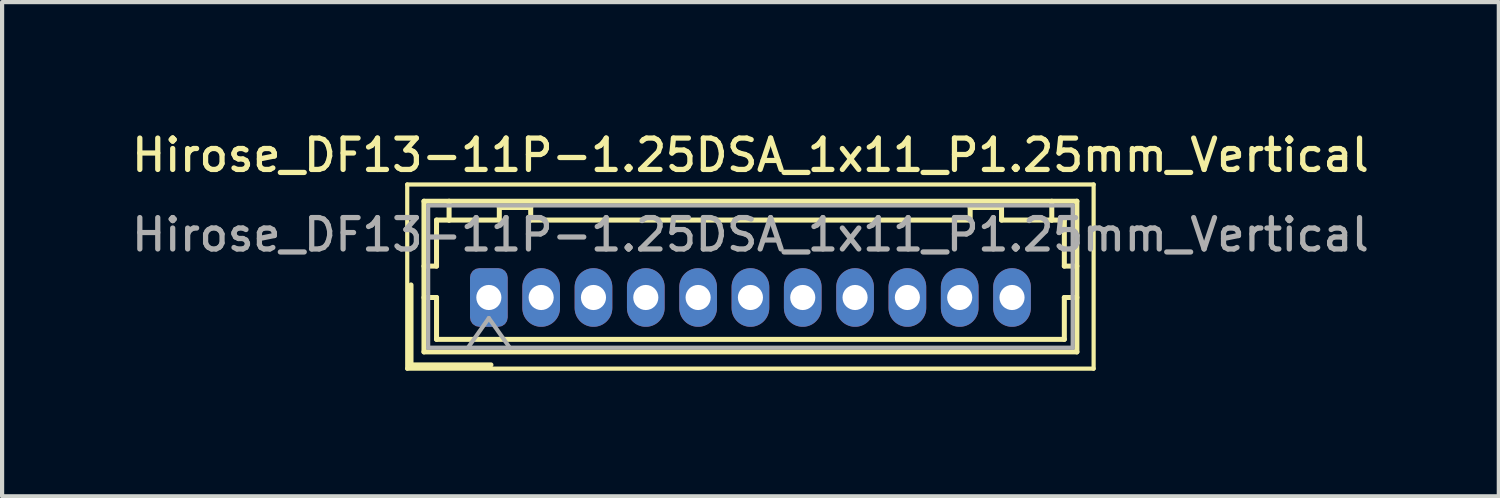
<source format=kicad_pcb>
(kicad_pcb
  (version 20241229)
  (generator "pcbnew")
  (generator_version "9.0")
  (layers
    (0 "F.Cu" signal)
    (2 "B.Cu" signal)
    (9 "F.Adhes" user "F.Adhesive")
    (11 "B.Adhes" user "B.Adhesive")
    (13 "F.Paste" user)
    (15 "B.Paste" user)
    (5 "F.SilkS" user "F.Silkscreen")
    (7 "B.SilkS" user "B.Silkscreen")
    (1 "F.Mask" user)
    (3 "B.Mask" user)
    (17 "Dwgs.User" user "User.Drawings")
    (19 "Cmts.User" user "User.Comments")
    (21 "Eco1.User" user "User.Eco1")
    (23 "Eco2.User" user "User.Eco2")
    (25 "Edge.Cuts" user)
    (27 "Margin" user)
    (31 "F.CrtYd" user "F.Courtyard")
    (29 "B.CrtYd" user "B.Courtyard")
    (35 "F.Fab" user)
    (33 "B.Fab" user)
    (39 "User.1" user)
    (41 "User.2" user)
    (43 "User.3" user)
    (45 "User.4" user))
  (footprint "Hirose_DF13-11P-1.25DSA_1x11_P1.25mm_Vertical"
    (layer "F.Cu")
    (at 8.63 4.058)
    (property "Reference" "Hirose_DF13-11P-1.25DSA_1x11_P1.25mm_Vertical" (at 6.25 -3.4 0) (layer "F.SilkS") (effects (font (size 0.75 0.75) (thickness 0.125))))
    (attr through_hole)
    (fp_line (start -1.95 -2.7) (end -1.95 1.7) (stroke (width 0.1) (type solid)) (layer "F.SilkS"))
    (fp_line (start -1.95 1.7) (end 14.45 1.7) (stroke (width 0.1) (type solid)) (layer "F.SilkS"))
    (fp_line (start -1.86 -0.3) (end -1.86 1.61) (stroke (width 0.12) (type solid)) (layer "F.SilkS"))
    (fp_line (start -1.86 1.61) (end 0.05 1.61) (stroke (width 0.12) (type solid)) (layer "F.SilkS"))
    (fp_line (start -1.55 -2.3) (end -1.55 1.3) (stroke (width 0.12) (type solid)) (layer "F.SilkS"))
    (fp_line (start -1.55 -0.75) (end -1.25 -0.75) (stroke (width 0.12) (type solid)) (layer "F.SilkS"))
    (fp_line (start -1.55 0) (end -1.25 0) (stroke (width 0.12) (type solid)) (layer "F.SilkS"))
    (fp_line (start -1.55 1.3) (end 14.05 1.3) (stroke (width 0.12) (type solid)) (layer "F.SilkS"))
    (fp_line (start -1.25 -1.85) (end -0.95 -1.85) (stroke (width 0.12) (type solid)) (layer "F.SilkS"))
    (fp_line (start -1.25 -0.75) (end -1.25 -1.85) (stroke (width 0.12) (type solid)) (layer "F.SilkS"))
    (fp_line (start -1.25 0) (end -1.25 1) (stroke (width 0.12) (type solid)) (layer "F.SilkS"))
    (fp_line (start -1.25 1) (end 13.75 1) (stroke (width 0.12) (type solid)) (layer "F.SilkS"))
    (fp_line (start -0.95 -1.85) (end -0.95 -2.3) (stroke (width 0.12) (type solid)) (layer "F.SilkS"))
    (fp_line (start -0.95 -1.85) (end 0.25 -1.85) (stroke (width 0.12) (type solid)) (layer "F.SilkS"))
    (fp_line (start 0.25 -2.15) (end 1 -2.15) (stroke (width 0.12) (type solid)) (layer "F.SilkS"))
    (fp_line (start 0.25 -1.85) (end 0.25 -2.15) (stroke (width 0.12) (type solid)) (layer "F.SilkS"))
    (fp_line (start 1 -2.15) (end 1 -1.85) (stroke (width 0.12) (type solid)) (layer "F.SilkS"))
    (fp_line (start 1 -1.85) (end 11.5 -1.85) (stroke (width 0.12) (type solid)) (layer "F.SilkS"))
    (fp_line (start 11.5 -2.15) (end 12.25 -2.15) (stroke (width 0.12) (type solid)) (layer "F.SilkS"))
    (fp_line (start 11.5 -1.85) (end 11.5 -2.15) (stroke (width 0.12) (type solid)) (layer "F.SilkS"))
    (fp_line (start 12.25 -2.15) (end 12.25 -1.85) (stroke (width 0.12) (type solid)) (layer "F.SilkS"))
    (fp_line (start 12.25 -1.85) (end 13.45 -1.85) (stroke (width 0.12) (type solid)) (layer "F.SilkS"))
    (fp_line (start 13.45 -1.85) (end 13.45 -2.3) (stroke (width 0.12) (type solid)) (layer "F.SilkS"))
    (fp_line (start 13.75 -1.85) (end 13.45 -1.85) (stroke (width 0.12) (type solid)) (layer "F.SilkS"))
    (fp_line (start 13.75 -0.75) (end 13.75 -1.85) (stroke (width 0.12) (type solid)) (layer "F.SilkS"))
    (fp_line (start 13.75 0) (end 14.05 0) (stroke (width 0.12) (type solid)) (layer "F.SilkS"))
    (fp_line (start 13.75 1) (end 13.75 0) (stroke (width 0.12) (type solid)) (layer "F.SilkS"))
    (fp_line (start 14.05 -2.3) (end -1.55 -2.3) (stroke (width 0.12) (type solid)) (layer "F.SilkS"))
    (fp_line (start 14.05 -0.75) (end 13.75 -0.75) (stroke (width 0.12) (type solid)) (layer "F.SilkS"))
    (fp_line (start 14.05 1.3) (end 14.05 -2.3) (stroke (width 0.12) (type solid)) (layer "F.SilkS"))
    (fp_line (start 14.45 -2.7) (end -1.95 -2.7) (stroke (width 0.1) (type solid)) (layer "F.SilkS"))
    (fp_line (start 14.45 1.7) (end 14.45 -2.7) (stroke (width 0.1) (type solid)) (layer "F.SilkS"))
    (fp_line (start -1.45 -2.2) (end -1.45 1.2) (stroke (width 0.1) (type solid)) (layer "F.Fab"))
    (fp_line (start -1.45 1.2) (end 13.95 1.2) (stroke (width 0.1) (type solid)) (layer "F.Fab"))
    (fp_line (start -0.5 1.2) (end 0 0.493) (stroke (width 0.1) (type solid)) (layer "F.Fab"))
    (fp_line (start 0 0.493) (end 0.5 1.2) (stroke (width 0.1) (type solid)) (layer "F.Fab"))
    (fp_line (start 13.95 -2.2) (end -1.45 -2.2) (stroke (width 0.1) (type solid)) (layer "F.Fab"))
    (fp_line (start 13.95 1.2) (end 13.95 -2.2) (stroke (width 0.1) (type solid)) (layer "F.Fab"))
    (fp_text user "${REFERENCE}" (at 6.25 -1.5 0) (layer "F.Fab") (effects (font (size 0.75 0.75) (thickness 0.125))))
    (pad "1" thru_hole roundrect (at 0 0) (size 0.9 1.4) (drill 0.6) (layers "*.Cu" "*.Mask") (roundrect_rratio 0.25))
    (pad "2" thru_hole oval (at 1.25 0) (size 0.9 1.4) (drill 0.6) (layers "*.Cu" "*.Mask"))
    (pad "3" thru_hole oval (at 2.5 0) (size 0.9 1.4) (drill 0.6) (layers "*.Cu" "*.Mask"))
    (pad "4" thru_hole oval (at 3.75 0) (size 0.9 1.4) (drill 0.6) (layers "*.Cu" "*.Mask"))
    (pad "5" thru_hole oval (at 5 0) (size 0.9 1.4) (drill 0.6) (layers "*.Cu" "*.Mask"))
    (pad "6" thru_hole oval (at 6.25 0) (size 0.9 1.4) (drill 0.6) (layers "*.Cu" "*.Mask"))
    (pad "7" thru_hole oval (at 7.5 0) (size 0.9 1.4) (drill 0.6) (layers "*.Cu" "*.Mask"))
    (pad "8" thru_hole oval (at 8.75 0) (size 0.9 1.4) (drill 0.6) (layers "*.Cu" "*.Mask"))
    (pad "9" thru_hole oval (at 10 0) (size 0.9 1.4) (drill 0.6) (layers "*.Cu" "*.Mask"))
    (pad "10" thru_hole oval (at 11.25 0) (size 0.9 1.4) (drill 0.6) (layers "*.Cu" "*.Mask"))
    (pad "11" thru_hole oval (at 12.5 0) (size 0.9 1.4) (drill 0.6) (layers "*.Cu" "*.Mask")))
  (gr_rect
    (start -3 -3)
    (end 32.761 8.808)
    (stroke (width 0.1) (type default))
    (fill no)
    (layer "Edge.Cuts")))
</source>
